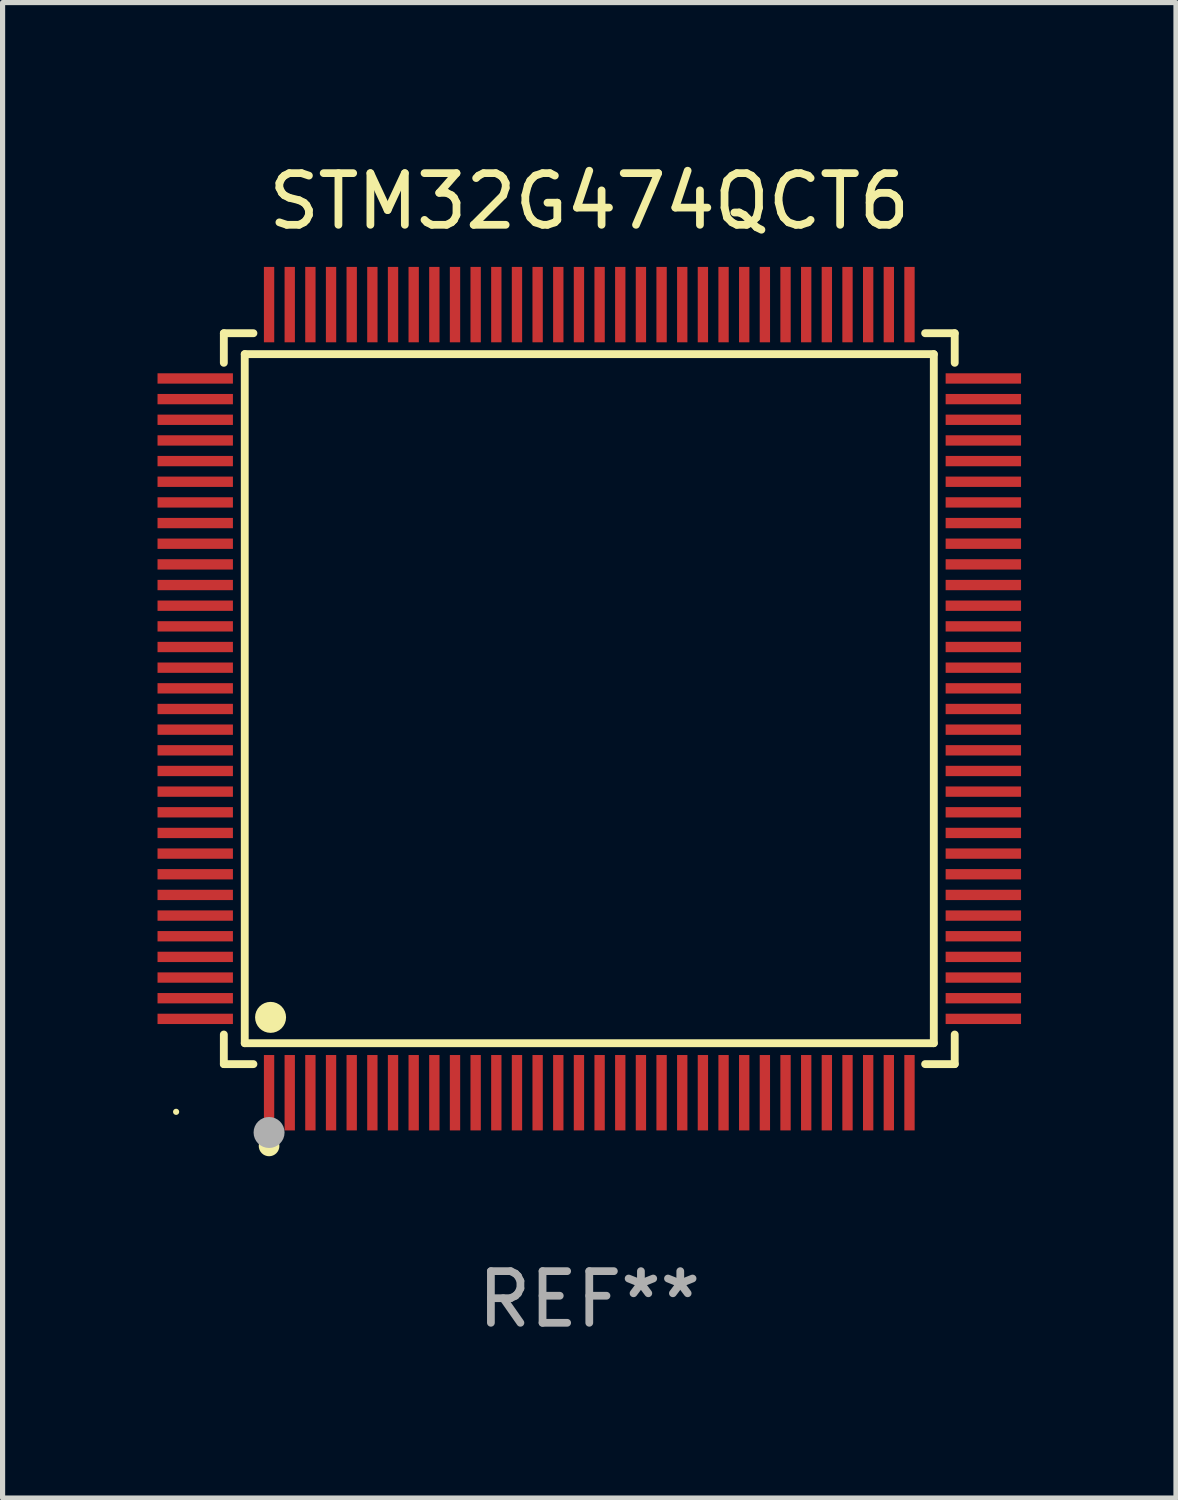
<source format=kicad_pcb>
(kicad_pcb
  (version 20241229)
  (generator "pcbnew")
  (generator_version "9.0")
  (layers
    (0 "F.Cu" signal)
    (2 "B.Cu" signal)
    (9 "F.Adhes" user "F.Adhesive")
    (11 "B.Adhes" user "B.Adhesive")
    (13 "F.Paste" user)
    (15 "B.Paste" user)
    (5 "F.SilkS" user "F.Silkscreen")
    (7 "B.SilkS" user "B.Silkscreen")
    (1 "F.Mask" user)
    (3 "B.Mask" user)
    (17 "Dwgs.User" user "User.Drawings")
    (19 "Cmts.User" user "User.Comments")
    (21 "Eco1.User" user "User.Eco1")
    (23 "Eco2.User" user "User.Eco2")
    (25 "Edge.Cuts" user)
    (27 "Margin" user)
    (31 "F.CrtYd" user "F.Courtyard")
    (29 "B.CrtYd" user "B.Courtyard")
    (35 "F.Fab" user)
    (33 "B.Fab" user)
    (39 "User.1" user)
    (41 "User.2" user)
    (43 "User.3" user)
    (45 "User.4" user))
  (footprint "STM32G474QCT6"
    (layer "F.Cu")
    (at 8.36 10.478)
    (property "Reference" "STM32G474QCT6" (at 0 -9.63 0) (layer "F.SilkS") (effects (font (size 1 1) (thickness 0.15))))
    (attr through_hole)
    (fp_line (start -7.076 -7.076) (end -6.503 -7.076) (stroke (width 0.152) (type solid)) (layer "F.SilkS"))
    (fp_line (start -7.076 -6.503) (end -7.076 -7.076) (stroke (width 0.152) (type solid)) (layer "F.SilkS"))
    (fp_line (start -7.076 6.503) (end -7.076 7.076) (stroke (width 0.152) (type solid)) (layer "F.SilkS"))
    (fp_line (start -7.076 7.076) (end -6.503 7.076) (stroke (width 0.152) (type solid)) (layer "F.SilkS"))
    (fp_line (start -6.671 -6.671) (end 6.671 -6.671) (stroke (width 0.152) (type solid)) (layer "F.SilkS"))
    (fp_line (start -6.671 6.671) (end -6.671 -6.671) (stroke (width 0.152) (type solid)) (layer "F.SilkS"))
    (fp_line (start 6.671 -6.671) (end 6.671 6.671) (stroke (width 0.152) (type solid)) (layer "F.SilkS"))
    (fp_line (start 6.671 6.671) (end -6.671 6.671) (stroke (width 0.152) (type solid)) (layer "F.SilkS"))
    (fp_line (start 7.076 -7.076) (end 6.503 -7.076) (stroke (width 0.152) (type solid)) (layer "F.SilkS"))
    (fp_line (start 7.076 -6.503) (end 7.076 -7.076) (stroke (width 0.152) (type solid)) (layer "F.SilkS"))
    (fp_line (start 7.076 6.503) (end 7.076 7.076) (stroke (width 0.152) (type solid)) (layer "F.SilkS"))
    (fp_line (start 7.076 7.076) (end 6.503 7.076) (stroke (width 0.152) (type solid)) (layer "F.SilkS"))
    (fp_circle (center -8 8) (end -7.97 8) (stroke (width 0.06) (type solid)) (fill no) (layer "F.SilkS"))
    (fp_circle (center -6.2 8.66) (end -6.1 8.66) (stroke (width 0.2) (type solid)) (fill no) (layer "F.SilkS"))
    (fp_circle (center -6.171 6.171) (end -6.021 6.171) (stroke (width 0.3) (type solid)) (fill no) (layer "F.SilkS"))
    (fp_circle (center -6.2 8.4) (end -6.05 8.4) (stroke (width 0.3) (type solid)) (fill no) (layer "F.Fab"))
    (fp_text user "REF**" (at 0 11.63 0) (layer "F.Fab") (effects (font (size 1 1) (thickness 0.15))))
    (pad "1" smd rect (at -6.2 7.63) (size 0.2 1.46) (layers "F.Cu" "F.Mask" "F.Paste"))
    (pad "2" smd rect (at -5.8 7.63) (size 0.2 1.46) (layers "F.Cu" "F.Mask" "F.Paste"))
    (pad "3" smd rect (at -5.4 7.63) (size 0.2 1.46) (layers "F.Cu" "F.Mask" "F.Paste"))
    (pad "4" smd rect (at -5 7.63) (size 0.2 1.46) (layers "F.Cu" "F.Mask" "F.Paste"))
    (pad "5" smd rect (at -4.6 7.63) (size 0.2 1.46) (layers "F.Cu" "F.Mask" "F.Paste"))
    (pad "6" smd rect (at -4.2 7.63) (size 0.2 1.46) (layers "F.Cu" "F.Mask" "F.Paste"))
    (pad "7" smd rect (at -3.8 7.63) (size 0.2 1.46) (layers "F.Cu" "F.Mask" "F.Paste"))
    (pad "8" smd rect (at -3.4 7.63) (size 0.2 1.46) (layers "F.Cu" "F.Mask" "F.Paste"))
    (pad "9" smd rect (at -3 7.63) (size 0.2 1.46) (layers "F.Cu" "F.Mask" "F.Paste"))
    (pad "10" smd rect (at -2.6 7.63) (size 0.2 1.46) (layers "F.Cu" "F.Mask" "F.Paste"))
    (pad "11" smd rect (at -2.2 7.63) (size 0.2 1.46) (layers "F.Cu" "F.Mask" "F.Paste"))
    (pad "12" smd rect (at -1.8 7.63) (size 0.2 1.46) (layers "F.Cu" "F.Mask" "F.Paste"))
    (pad "13" smd rect (at -1.4 7.63) (size 0.2 1.46) (layers "F.Cu" "F.Mask" "F.Paste"))
    (pad "14" smd rect (at -1 7.63) (size 0.2 1.46) (layers "F.Cu" "F.Mask" "F.Paste"))
    (pad "15" smd rect (at -0.6 7.63) (size 0.2 1.46) (layers "F.Cu" "F.Mask" "F.Paste"))
    (pad "16" smd rect (at -0.2 7.63) (size 0.2 1.46) (layers "F.Cu" "F.Mask" "F.Paste"))
    (pad "17" smd rect (at 0.2 7.63) (size 0.2 1.46) (layers "F.Cu" "F.Mask" "F.Paste"))
    (pad "18" smd rect (at 0.6 7.63) (size 0.2 1.46) (layers "F.Cu" "F.Mask" "F.Paste"))
    (pad "19" smd rect (at 1 7.63) (size 0.2 1.46) (layers "F.Cu" "F.Mask" "F.Paste"))
    (pad "20" smd rect (at 1.4 7.63) (size 0.2 1.46) (layers "F.Cu" "F.Mask" "F.Paste"))
    (pad "21" smd rect (at 1.8 7.63) (size 0.2 1.46) (layers "F.Cu" "F.Mask" "F.Paste"))
    (pad "22" smd rect (at 2.2 7.63) (size 0.2 1.46) (layers "F.Cu" "F.Mask" "F.Paste"))
    (pad "23" smd rect (at 2.6 7.63) (size 0.2 1.46) (layers "F.Cu" "F.Mask" "F.Paste"))
    (pad "24" smd rect (at 3 7.63) (size 0.2 1.46) (layers "F.Cu" "F.Mask" "F.Paste"))
    (pad "25" smd rect (at 3.4 7.63) (size 0.2 1.46) (layers "F.Cu" "F.Mask" "F.Paste"))
    (pad "26" smd rect (at 3.8 7.63) (size 0.2 1.46) (layers "F.Cu" "F.Mask" "F.Paste"))
    (pad "27" smd rect (at 4.2 7.63) (size 0.2 1.46) (layers "F.Cu" "F.Mask" "F.Paste"))
    (pad "28" smd rect (at 4.6 7.63) (size 0.2 1.46) (layers "F.Cu" "F.Mask" "F.Paste"))
    (pad "29" smd rect (at 5 7.63) (size 0.2 1.46) (layers "F.Cu" "F.Mask" "F.Paste"))
    (pad "30" smd rect (at 5.4 7.63) (size 0.2 1.46) (layers "F.Cu" "F.Mask" "F.Paste"))
    (pad "31" smd rect (at 5.8 7.63) (size 0.2 1.46) (layers "F.Cu" "F.Mask" "F.Paste"))
    (pad "32" smd rect (at 6.2 7.63) (size 0.2 1.46) (layers "F.Cu" "F.Mask" "F.Paste"))
    (pad "33" smd rect (at 7.63 6.2) (size 1.46 0.2) (layers "F.Cu" "F.Mask" "F.Paste"))
    (pad "34" smd rect (at 7.63 5.8) (size 1.46 0.2) (layers "F.Cu" "F.Mask" "F.Paste"))
    (pad "35" smd rect (at 7.63 5.4) (size 1.46 0.2) (layers "F.Cu" "F.Mask" "F.Paste"))
    (pad "36" smd rect (at 7.63 5) (size 1.46 0.2) (layers "F.Cu" "F.Mask" "F.Paste"))
    (pad "37" smd rect (at 7.63 4.6) (size 1.46 0.2) (layers "F.Cu" "F.Mask" "F.Paste"))
    (pad "38" smd rect (at 7.63 4.2) (size 1.46 0.2) (layers "F.Cu" "F.Mask" "F.Paste"))
    (pad "39" smd rect (at 7.63 3.8) (size 1.46 0.2) (layers "F.Cu" "F.Mask" "F.Paste"))
    (pad "40" smd rect (at 7.63 3.4) (size 1.46 0.2) (layers "F.Cu" "F.Mask" "F.Paste"))
    (pad "41" smd rect (at 7.63 3) (size 1.46 0.2) (layers "F.Cu" "F.Mask" "F.Paste"))
    (pad "42" smd rect (at 7.63 2.6) (size 1.46 0.2) (layers "F.Cu" "F.Mask" "F.Paste"))
    (pad "43" smd rect (at 7.63 2.2) (size 1.46 0.2) (layers "F.Cu" "F.Mask" "F.Paste"))
    (pad "44" smd rect (at 7.63 1.8) (size 1.46 0.2) (layers "F.Cu" "F.Mask" "F.Paste"))
    (pad "45" smd rect (at 7.63 1.4) (size 1.46 0.2) (layers "F.Cu" "F.Mask" "F.Paste"))
    (pad "46" smd rect (at 7.63 1) (size 1.46 0.2) (layers "F.Cu" "F.Mask" "F.Paste"))
    (pad "47" smd rect (at 7.63 0.6) (size 1.46 0.2) (layers "F.Cu" "F.Mask" "F.Paste"))
    (pad "48" smd rect (at 7.63 0.2) (size 1.46 0.2) (layers "F.Cu" "F.Mask" "F.Paste"))
    (pad "49" smd rect (at 7.63 -0.2) (size 1.46 0.2) (layers "F.Cu" "F.Mask" "F.Paste"))
    (pad "50" smd rect (at 7.63 -0.6) (size 1.46 0.2) (layers "F.Cu" "F.Mask" "F.Paste"))
    (pad "51" smd rect (at 7.63 -1) (size 1.46 0.2) (layers "F.Cu" "F.Mask" "F.Paste"))
    (pad "52" smd rect (at 7.63 -1.4) (size 1.46 0.2) (layers "F.Cu" "F.Mask" "F.Paste"))
    (pad "53" smd rect (at 7.63 -1.8) (size 1.46 0.2) (layers "F.Cu" "F.Mask" "F.Paste"))
    (pad "54" smd rect (at 7.63 -2.2) (size 1.46 0.2) (layers "F.Cu" "F.Mask" "F.Paste"))
    (pad "55" smd rect (at 7.63 -2.6) (size 1.46 0.2) (layers "F.Cu" "F.Mask" "F.Paste"))
    (pad "56" smd rect (at 7.63 -3) (size 1.46 0.2) (layers "F.Cu" "F.Mask" "F.Paste"))
    (pad "57" smd rect (at 7.63 -3.4) (size 1.46 0.2) (layers "F.Cu" "F.Mask" "F.Paste"))
    (pad "58" smd rect (at 7.63 -3.8) (size 1.46 0.2) (layers "F.Cu" "F.Mask" "F.Paste"))
    (pad "59" smd rect (at 7.63 -4.2) (size 1.46 0.2) (layers "F.Cu" "F.Mask" "F.Paste"))
    (pad "60" smd rect (at 7.63 -4.6) (size 1.46 0.2) (layers "F.Cu" "F.Mask" "F.Paste"))
    (pad "61" smd rect (at 7.63 -5) (size 1.46 0.2) (layers "F.Cu" "F.Mask" "F.Paste"))
    (pad "62" smd rect (at 7.63 -5.4) (size 1.46 0.2) (layers "F.Cu" "F.Mask" "F.Paste"))
    (pad "63" smd rect (at 7.63 -5.8) (size 1.46 0.2) (layers "F.Cu" "F.Mask" "F.Paste"))
    (pad "64" smd rect (at 7.63 -6.2) (size 1.46 0.2) (layers "F.Cu" "F.Mask" "F.Paste"))
    (pad "65" smd rect (at 6.2 -7.63) (size 0.2 1.46) (layers "F.Cu" "F.Mask" "F.Paste"))
    (pad "66" smd rect (at 5.8 -7.63) (size 0.2 1.46) (layers "F.Cu" "F.Mask" "F.Paste"))
    (pad "67" smd rect (at 5.4 -7.63) (size 0.2 1.46) (layers "F.Cu" "F.Mask" "F.Paste"))
    (pad "68" smd rect (at 5 -7.63) (size 0.2 1.46) (layers "F.Cu" "F.Mask" "F.Paste"))
    (pad "69" smd rect (at 4.6 -7.63) (size 0.2 1.46) (layers "F.Cu" "F.Mask" "F.Paste"))
    (pad "70" smd rect (at 4.2 -7.63) (size 0.2 1.46) (layers "F.Cu" "F.Mask" "F.Paste"))
    (pad "71" smd rect (at 3.8 -7.63) (size 0.2 1.46) (layers "F.Cu" "F.Mask" "F.Paste"))
    (pad "72" smd rect (at 3.4 -7.63) (size 0.2 1.46) (layers "F.Cu" "F.Mask" "F.Paste"))
    (pad "73" smd rect (at 3 -7.63) (size 0.2 1.46) (layers "F.Cu" "F.Mask" "F.Paste"))
    (pad "74" smd rect (at 2.6 -7.63) (size 0.2 1.46) (layers "F.Cu" "F.Mask" "F.Paste"))
    (pad "75" smd rect (at 2.2 -7.63) (size 0.2 1.46) (layers "F.Cu" "F.Mask" "F.Paste"))
    (pad "76" smd rect (at 1.8 -7.63) (size 0.2 1.46) (layers "F.Cu" "F.Mask" "F.Paste"))
    (pad "77" smd rect (at 1.4 -7.63) (size 0.2 1.46) (layers "F.Cu" "F.Mask" "F.Paste"))
    (pad "78" smd rect (at 1 -7.63) (size 0.2 1.46) (layers "F.Cu" "F.Mask" "F.Paste"))
    (pad "79" smd rect (at 0.6 -7.63) (size 0.2 1.46) (layers "F.Cu" "F.Mask" "F.Paste"))
    (pad "80" smd rect (at 0.2 -7.63) (size 0.2 1.46) (layers "F.Cu" "F.Mask" "F.Paste"))
    (pad "81" smd rect (at -0.2 -7.63) (size 0.2 1.46) (layers "F.Cu" "F.Mask" "F.Paste"))
    (pad "82" smd rect (at -0.6 -7.63) (size 0.2 1.46) (layers "F.Cu" "F.Mask" "F.Paste"))
    (pad "83" smd rect (at -1 -7.63) (size 0.2 1.46) (layers "F.Cu" "F.Mask" "F.Paste"))
    (pad "84" smd rect (at -1.4 -7.63) (size 0.2 1.46) (layers "F.Cu" "F.Mask" "F.Paste"))
    (pad "85" smd rect (at -1.8 -7.63) (size 0.2 1.46) (layers "F.Cu" "F.Mask" "F.Paste"))
    (pad "86" smd rect (at -2.2 -7.63) (size 0.2 1.46) (layers "F.Cu" "F.Mask" "F.Paste"))
    (pad "87" smd rect (at -2.6 -7.63) (size 0.2 1.46) (layers "F.Cu" "F.Mask" "F.Paste"))
    (pad "88" smd rect (at -3 -7.63) (size 0.2 1.46) (layers "F.Cu" "F.Mask" "F.Paste"))
    (pad "89" smd rect (at -3.4 -7.63) (size 0.2 1.46) (layers "F.Cu" "F.Mask" "F.Paste"))
    (pad "90" smd rect (at -3.8 -7.63) (size 0.2 1.46) (layers "F.Cu" "F.Mask" "F.Paste"))
    (pad "91" smd rect (at -4.2 -7.63) (size 0.2 1.46) (layers "F.Cu" "F.Mask" "F.Paste"))
    (pad "92" smd rect (at -4.6 -7.63) (size 0.2 1.46) (layers "F.Cu" "F.Mask" "F.Paste"))
    (pad "93" smd rect (at -5 -7.63) (size 0.2 1.46) (layers "F.Cu" "F.Mask" "F.Paste"))
    (pad "94" smd rect (at -5.4 -7.63) (size 0.2 1.46) (layers "F.Cu" "F.Mask" "F.Paste"))
    (pad "95" smd rect (at -5.8 -7.63) (size 0.2 1.46) (layers "F.Cu" "F.Mask" "F.Paste"))
    (pad "96" smd rect (at -6.2 -7.63) (size 0.2 1.46) (layers "F.Cu" "F.Mask" "F.Paste"))
    (pad "97" smd rect (at -7.63 -6.2) (size 1.46 0.2) (layers "F.Cu" "F.Mask" "F.Paste"))
    (pad "98" smd rect (at -7.63 -5.8) (size 1.46 0.2) (layers "F.Cu" "F.Mask" "F.Paste"))
    (pad "99" smd rect (at -7.63 -5.4) (size 1.46 0.2) (layers "F.Cu" "F.Mask" "F.Paste"))
    (pad "100" smd rect (at -7.63 -5) (size 1.46 0.2) (layers "F.Cu" "F.Mask" "F.Paste"))
    (pad "101" smd rect (at -7.63 -4.6) (size 1.46 0.2) (layers "F.Cu" "F.Mask" "F.Paste"))
    (pad "102" smd rect (at -7.63 -4.2) (size 1.46 0.2) (layers "F.Cu" "F.Mask" "F.Paste"))
    (pad "103" smd rect (at -7.63 -3.8) (size 1.46 0.2) (layers "F.Cu" "F.Mask" "F.Paste"))
    (pad "104" smd rect (at -7.63 -3.4) (size 1.46 0.2) (layers "F.Cu" "F.Mask" "F.Paste"))
    (pad "105" smd rect (at -7.63 -3) (size 1.46 0.2) (layers "F.Cu" "F.Mask" "F.Paste"))
    (pad "106" smd rect (at -7.63 -2.6) (size 1.46 0.2) (layers "F.Cu" "F.Mask" "F.Paste"))
    (pad "107" smd rect (at -7.63 -2.2) (size 1.46 0.2) (layers "F.Cu" "F.Mask" "F.Paste"))
    (pad "108" smd rect (at -7.63 -1.8) (size 1.46 0.2) (layers "F.Cu" "F.Mask" "F.Paste"))
    (pad "109" smd rect (at -7.63 -1.4) (size 1.46 0.2) (layers "F.Cu" "F.Mask" "F.Paste"))
    (pad "110" smd rect (at -7.63 -1) (size 1.46 0.2) (layers "F.Cu" "F.Mask" "F.Paste"))
    (pad "111" smd rect (at -7.63 -0.6) (size 1.46 0.2) (layers "F.Cu" "F.Mask" "F.Paste"))
    (pad "112" smd rect (at -7.63 -0.2) (size 1.46 0.2) (layers "F.Cu" "F.Mask" "F.Paste"))
    (pad "113" smd rect (at -7.63 0.2) (size 1.46 0.2) (layers "F.Cu" "F.Mask" "F.Paste"))
    (pad "114" smd rect (at -7.63 0.6) (size 1.46 0.2) (layers "F.Cu" "F.Mask" "F.Paste"))
    (pad "115" smd rect (at -7.63 1) (size 1.46 0.2) (layers "F.Cu" "F.Mask" "F.Paste"))
    (pad "116" smd rect (at -7.63 1.4) (size 1.46 0.2) (layers "F.Cu" "F.Mask" "F.Paste"))
    (pad "117" smd rect (at -7.63 1.8) (size 1.46 0.2) (layers "F.Cu" "F.Mask" "F.Paste"))
    (pad "118" smd rect (at -7.63 2.2) (size 1.46 0.2) (layers "F.Cu" "F.Mask" "F.Paste"))
    (pad "119" smd rect (at -7.63 2.6) (size 1.46 0.2) (layers "F.Cu" "F.Mask" "F.Paste"))
    (pad "120" smd rect (at -7.63 3) (size 1.46 0.2) (layers "F.Cu" "F.Mask" "F.Paste"))
    (pad "121" smd rect (at -7.63 3.4) (size 1.46 0.2) (layers "F.Cu" "F.Mask" "F.Paste"))
    (pad "122" smd rect (at -7.63 3.8) (size 1.46 0.2) (layers "F.Cu" "F.Mask" "F.Paste"))
    (pad "123" smd rect (at -7.63 4.2) (size 1.46 0.2) (layers "F.Cu" "F.Mask" "F.Paste"))
    (pad "124" smd rect (at -7.63 4.6) (size 1.46 0.2) (layers "F.Cu" "F.Mask" "F.Paste"))
    (pad "125" smd rect (at -7.63 5) (size 1.46 0.2) (layers "F.Cu" "F.Mask" "F.Paste"))
    (pad "126" smd rect (at -7.63 5.4) (size 1.46 0.2) (layers "F.Cu" "F.Mask" "F.Paste"))
    (pad "127" smd rect (at -7.63 5.8) (size 1.46 0.2) (layers "F.Cu" "F.Mask" "F.Paste"))
    (pad "128" smd rect (at -7.63 6.2) (size 1.46 0.2) (layers "F.Cu" "F.Mask" "F.Paste")))
  (gr_rect
    (start -3 -3)
    (end 19.72 25.956)
    (stroke (width 0.1) (type default))
    (fill no)
    (layer "Edge.Cuts")))
</source>
